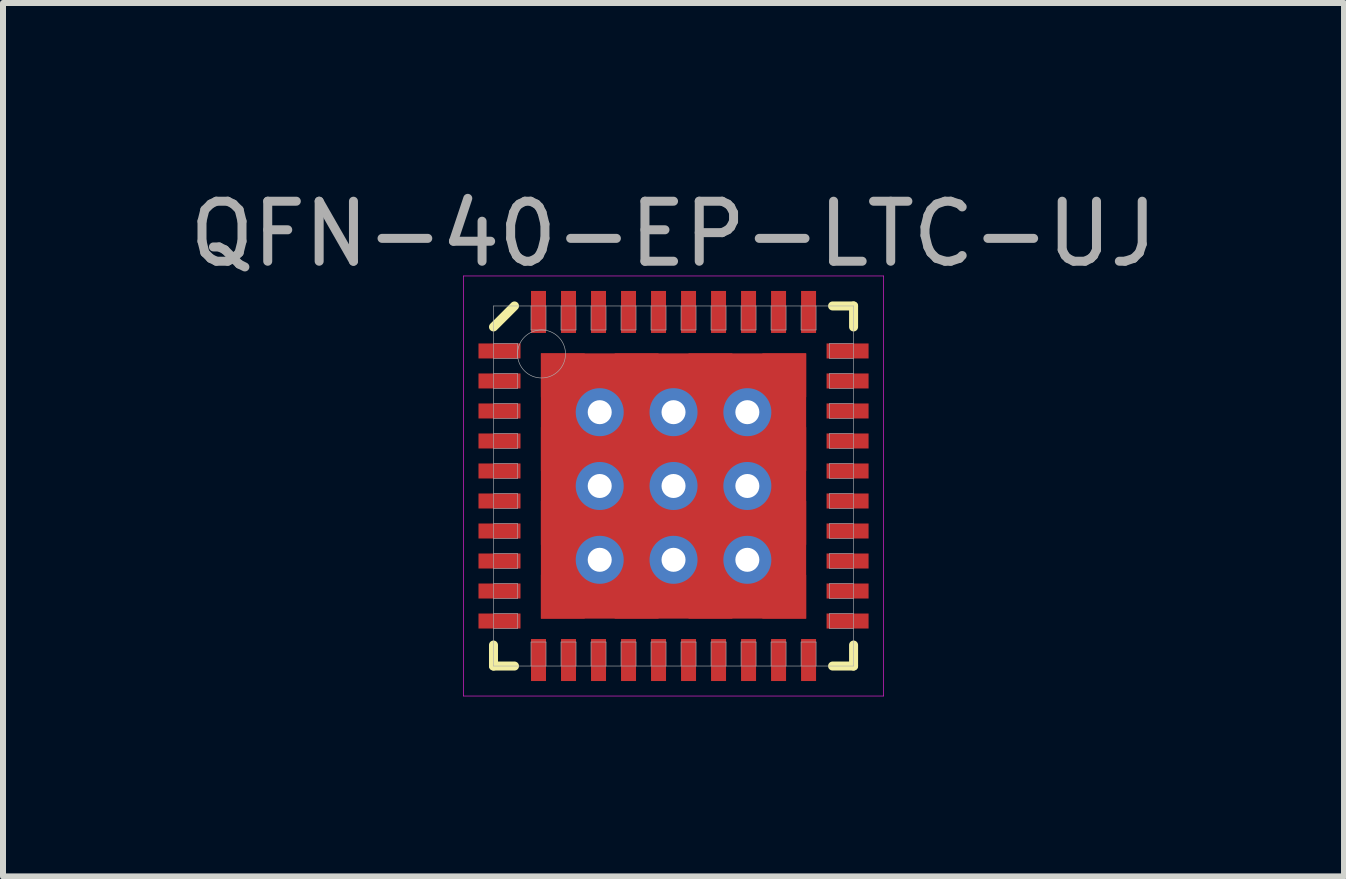
<source format=kicad_pcb>
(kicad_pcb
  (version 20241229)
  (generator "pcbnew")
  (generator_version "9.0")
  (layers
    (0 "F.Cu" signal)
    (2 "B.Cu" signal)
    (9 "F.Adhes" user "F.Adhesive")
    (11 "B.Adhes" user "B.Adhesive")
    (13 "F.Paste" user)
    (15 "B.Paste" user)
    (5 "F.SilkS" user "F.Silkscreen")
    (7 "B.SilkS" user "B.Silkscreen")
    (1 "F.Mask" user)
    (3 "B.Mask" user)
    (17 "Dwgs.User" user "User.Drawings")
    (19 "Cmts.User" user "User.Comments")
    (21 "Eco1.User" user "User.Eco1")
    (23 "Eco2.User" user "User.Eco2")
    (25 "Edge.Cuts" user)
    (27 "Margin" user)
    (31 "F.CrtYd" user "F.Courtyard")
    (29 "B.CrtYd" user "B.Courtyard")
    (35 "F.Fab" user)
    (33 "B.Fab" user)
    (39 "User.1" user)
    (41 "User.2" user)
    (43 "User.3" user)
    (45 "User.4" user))
  (footprint "QFN-40-EP-LTC-UJ"
    (layer "F.Cu")
    (at 8.173 5.048)
    (property "Reference" "QFN-40-EP-LTC-UJ" (at 0 -4.2 0) (layer "F.Fab") (effects (font (size 1 1) (thickness 0.15))))
    (attr through_hole)
    (fp_line (start -3 -2.65) (end -2.65 -3) (stroke (width 0.15) (type solid)) (layer "F.SilkS"))
    (fp_line (start -3 3) (end -3 2.65) (stroke (width 0.15) (type solid)) (layer "F.SilkS"))
    (fp_line (start -2.65 3) (end -3 3) (stroke (width 0.15) (type solid)) (layer "F.SilkS"))
    (fp_line (start 2.65 -3) (end 3 -3) (stroke (width 0.15) (type solid)) (layer "F.SilkS"))
    (fp_line (start 2.65 3) (end 3 3) (stroke (width 0.15) (type solid)) (layer "F.SilkS"))
    (fp_line (start 3 -3) (end 3 -2.65) (stroke (width 0.15) (type solid)) (layer "F.SilkS"))
    (fp_line (start 3 3) (end 3 2.65) (stroke (width 0.15) (type solid)) (layer "F.SilkS"))
    (fp_line (start -3.5 -3.5) (end 3.5 -3.5) (stroke (width 0.01) (type solid)) (layer "F.CrtYd"))
    (fp_line (start -3.5 3.5) (end -3.5 -3.5) (stroke (width 0.01) (type solid)) (layer "F.CrtYd"))
    (fp_line (start 3.5 -3.5) (end 3.5 3.5) (stroke (width 0.01) (type solid)) (layer "F.CrtYd"))
    (fp_line (start 3.5 3.5) (end -3.5 3.5) (stroke (width 0.01) (type solid)) (layer "F.CrtYd"))
    (fp_line (start -3 -3) (end 3 -3) (stroke (width 0.01) (type solid)) (layer "F.Fab"))
    (fp_line (start -3 -2.125) (end -2.6 -2.125) (stroke (width 0.01) (type solid)) (layer "F.Fab"))
    (fp_line (start -3 -1.625) (end -2.6 -1.625) (stroke (width 0.01) (type solid)) (layer "F.Fab"))
    (fp_line (start -3 -1.125) (end -2.6 -1.125) (stroke (width 0.01) (type solid)) (layer "F.Fab"))
    (fp_line (start -3 -0.625) (end -2.6 -0.625) (stroke (width 0.01) (type solid)) (layer "F.Fab"))
    (fp_line (start -3 -0.125) (end -2.6 -0.125) (stroke (width 0.01) (type solid)) (layer "F.Fab"))
    (fp_line (start -3 0.375) (end -2.6 0.375) (stroke (width 0.01) (type solid)) (layer "F.Fab"))
    (fp_line (start -3 0.875) (end -2.6 0.875) (stroke (width 0.01) (type solid)) (layer "F.Fab"))
    (fp_line (start -3 1.375) (end -2.6 1.375) (stroke (width 0.01) (type solid)) (layer "F.Fab"))
    (fp_line (start -3 1.875) (end -2.6 1.875) (stroke (width 0.01) (type solid)) (layer "F.Fab"))
    (fp_line (start -3 2.375) (end -2.6 2.375) (stroke (width 0.01) (type solid)) (layer "F.Fab"))
    (fp_line (start -3 3) (end -3 -3) (stroke (width 0.01) (type solid)) (layer "F.Fab"))
    (fp_line (start -2.6 -2.375) (end -3 -2.375) (stroke (width 0.01) (type solid)) (layer "F.Fab"))
    (fp_line (start -2.6 -2.125) (end -2.6 -2.375) (stroke (width 0.01) (type solid)) (layer "F.Fab"))
    (fp_line (start -2.6 -1.875) (end -3 -1.875) (stroke (width 0.01) (type solid)) (layer "F.Fab"))
    (fp_line (start -2.6 -1.625) (end -2.6 -1.875) (stroke (width 0.01) (type solid)) (layer "F.Fab"))
    (fp_line (start -2.6 -1.375) (end -3 -1.375) (stroke (width 0.01) (type solid)) (layer "F.Fab"))
    (fp_line (start -2.6 -1.125) (end -2.6 -1.375) (stroke (width 0.01) (type solid)) (layer "F.Fab"))
    (fp_line (start -2.6 -0.875) (end -3 -0.875) (stroke (width 0.01) (type solid)) (layer "F.Fab"))
    (fp_line (start -2.6 -0.625) (end -2.6 -0.875) (stroke (width 0.01) (type solid)) (layer "F.Fab"))
    (fp_line (start -2.6 -0.375) (end -3 -0.375) (stroke (width 0.01) (type solid)) (layer "F.Fab"))
    (fp_line (start -2.6 -0.125) (end -2.6 -0.375) (stroke (width 0.01) (type solid)) (layer "F.Fab"))
    (fp_line (start -2.6 0.125) (end -3 0.125) (stroke (width 0.01) (type solid)) (layer "F.Fab"))
    (fp_line (start -2.6 0.375) (end -2.6 0.125) (stroke (width 0.01) (type solid)) (layer "F.Fab"))
    (fp_line (start -2.6 0.625) (end -3 0.625) (stroke (width 0.01) (type solid)) (layer "F.Fab"))
    (fp_line (start -2.6 0.875) (end -2.6 0.625) (stroke (width 0.01) (type solid)) (layer "F.Fab"))
    (fp_line (start -2.6 1.125) (end -3 1.125) (stroke (width 0.01) (type solid)) (layer "F.Fab"))
    (fp_line (start -2.6 1.375) (end -2.6 1.125) (stroke (width 0.01) (type solid)) (layer "F.Fab"))
    (fp_line (start -2.6 1.625) (end -3 1.625) (stroke (width 0.01) (type solid)) (layer "F.Fab"))
    (fp_line (start -2.6 1.875) (end -2.6 1.625) (stroke (width 0.01) (type solid)) (layer "F.Fab"))
    (fp_line (start -2.6 2.125) (end -3 2.125) (stroke (width 0.01) (type solid)) (layer "F.Fab"))
    (fp_line (start -2.6 2.375) (end -2.6 2.125) (stroke (width 0.01) (type solid)) (layer "F.Fab"))
    (fp_line (start -2.375 -3) (end -2.375 -2.6) (stroke (width 0.01) (type solid)) (layer "F.Fab"))
    (fp_line (start -2.375 -2.6) (end -2.125 -2.6) (stroke (width 0.01) (type solid)) (layer "F.Fab"))
    (fp_line (start -2.375 2.6) (end -2.375 3) (stroke (width 0.01) (type solid)) (layer "F.Fab"))
    (fp_line (start -2.125 -2.6) (end -2.125 -3) (stroke (width 0.01) (type solid)) (layer "F.Fab"))
    (fp_line (start -2.125 2.6) (end -2.375 2.6) (stroke (width 0.01) (type solid)) (layer "F.Fab"))
    (fp_line (start -2.125 3) (end -2.125 2.6) (stroke (width 0.01) (type solid)) (layer "F.Fab"))
    (fp_line (start -1.875 -3) (end -1.875 -2.6) (stroke (width 0.01) (type solid)) (layer "F.Fab"))
    (fp_line (start -1.875 -2.6) (end -1.625 -2.6) (stroke (width 0.01) (type solid)) (layer "F.Fab"))
    (fp_line (start -1.875 2.6) (end -1.875 3) (stroke (width 0.01) (type solid)) (layer "F.Fab"))
    (fp_line (start -1.625 -2.6) (end -1.625 -3) (stroke (width 0.01) (type solid)) (layer "F.Fab"))
    (fp_line (start -1.625 2.6) (end -1.875 2.6) (stroke (width 0.01) (type solid)) (layer "F.Fab"))
    (fp_line (start -1.625 3) (end -1.625 2.6) (stroke (width 0.01) (type solid)) (layer "F.Fab"))
    (fp_line (start -1.375 -3) (end -1.375 -2.6) (stroke (width 0.01) (type solid)) (layer "F.Fab"))
    (fp_line (start -1.375 -2.6) (end -1.125 -2.6) (stroke (width 0.01) (type solid)) (layer "F.Fab"))
    (fp_line (start -1.375 2.6) (end -1.375 3) (stroke (width 0.01) (type solid)) (layer "F.Fab"))
    (fp_line (start -1.125 -2.6) (end -1.125 -3) (stroke (width 0.01) (type solid)) (layer "F.Fab"))
    (fp_line (start -1.125 2.6) (end -1.375 2.6) (stroke (width 0.01) (type solid)) (layer "F.Fab"))
    (fp_line (start -1.125 3) (end -1.125 2.6) (stroke (width 0.01) (type solid)) (layer "F.Fab"))
    (fp_line (start -0.875 -3) (end -0.875 -2.6) (stroke (width 0.01) (type solid)) (layer "F.Fab"))
    (fp_line (start -0.875 -2.6) (end -0.625 -2.6) (stroke (width 0.01) (type solid)) (layer "F.Fab"))
    (fp_line (start -0.875 2.6) (end -0.875 3) (stroke (width 0.01) (type solid)) (layer "F.Fab"))
    (fp_line (start -0.625 -2.6) (end -0.625 -3) (stroke (width 0.01) (type solid)) (layer "F.Fab"))
    (fp_line (start -0.625 2.6) (end -0.875 2.6) (stroke (width 0.01) (type solid)) (layer "F.Fab"))
    (fp_line (start -0.625 3) (end -0.625 2.6) (stroke (width 0.01) (type solid)) (layer "F.Fab"))
    (fp_line (start -0.375 -3) (end -0.375 -2.6) (stroke (width 0.01) (type solid)) (layer "F.Fab"))
    (fp_line (start -0.375 -2.6) (end -0.125 -2.6) (stroke (width 0.01) (type solid)) (layer "F.Fab"))
    (fp_line (start -0.375 2.6) (end -0.375 3) (stroke (width 0.01) (type solid)) (layer "F.Fab"))
    (fp_line (start -0.125 -2.6) (end -0.125 -3) (stroke (width 0.01) (type solid)) (layer "F.Fab"))
    (fp_line (start -0.125 2.6) (end -0.375 2.6) (stroke (width 0.01) (type solid)) (layer "F.Fab"))
    (fp_line (start -0.125 3) (end -0.125 2.6) (stroke (width 0.01) (type solid)) (layer "F.Fab"))
    (fp_line (start 0.125 -3) (end 0.125 -2.6) (stroke (width 0.01) (type solid)) (layer "F.Fab"))
    (fp_line (start 0.125 -2.6) (end 0.375 -2.6) (stroke (width 0.01) (type solid)) (layer "F.Fab"))
    (fp_line (start 0.125 2.6) (end 0.125 3) (stroke (width 0.01) (type solid)) (layer "F.Fab"))
    (fp_line (start 0.375 -2.6) (end 0.375 -3) (stroke (width 0.01) (type solid)) (layer "F.Fab"))
    (fp_line (start 0.375 2.6) (end 0.125 2.6) (stroke (width 0.01) (type solid)) (layer "F.Fab"))
    (fp_line (start 0.375 3) (end 0.375 2.6) (stroke (width 0.01) (type solid)) (layer "F.Fab"))
    (fp_line (start 0.625 -3) (end 0.625 -2.6) (stroke (width 0.01) (type solid)) (layer "F.Fab"))
    (fp_line (start 0.625 -2.6) (end 0.875 -2.6) (stroke (width 0.01) (type solid)) (layer "F.Fab"))
    (fp_line (start 0.625 2.6) (end 0.625 3) (stroke (width 0.01) (type solid)) (layer "F.Fab"))
    (fp_line (start 0.875 -2.6) (end 0.875 -3) (stroke (width 0.01) (type solid)) (layer "F.Fab"))
    (fp_line (start 0.875 2.6) (end 0.625 2.6) (stroke (width 0.01) (type solid)) (layer "F.Fab"))
    (fp_line (start 0.875 3) (end 0.875 2.6) (stroke (width 0.01) (type solid)) (layer "F.Fab"))
    (fp_line (start 1.125 -3) (end 1.125 -2.6) (stroke (width 0.01) (type solid)) (layer "F.Fab"))
    (fp_line (start 1.125 -2.6) (end 1.375 -2.6) (stroke (width 0.01) (type solid)) (layer "F.Fab"))
    (fp_line (start 1.125 2.6) (end 1.125 3) (stroke (width 0.01) (type solid)) (layer "F.Fab"))
    (fp_line (start 1.375 -2.6) (end 1.375 -3) (stroke (width 0.01) (type solid)) (layer "F.Fab"))
    (fp_line (start 1.375 2.6) (end 1.125 2.6) (stroke (width 0.01) (type solid)) (layer "F.Fab"))
    (fp_line (start 1.375 3) (end 1.375 2.6) (stroke (width 0.01) (type solid)) (layer "F.Fab"))
    (fp_line (start 1.625 -3) (end 1.625 -2.6) (stroke (width 0.01) (type solid)) (layer "F.Fab"))
    (fp_line (start 1.625 -2.6) (end 1.875 -2.6) (stroke (width 0.01) (type solid)) (layer "F.Fab"))
    (fp_line (start 1.625 2.6) (end 1.625 3) (stroke (width 0.01) (type solid)) (layer "F.Fab"))
    (fp_line (start 1.875 -2.6) (end 1.875 -3) (stroke (width 0.01) (type solid)) (layer "F.Fab"))
    (fp_line (start 1.875 2.6) (end 1.625 2.6) (stroke (width 0.01) (type solid)) (layer "F.Fab"))
    (fp_line (start 1.875 3) (end 1.875 2.6) (stroke (width 0.01) (type solid)) (layer "F.Fab"))
    (fp_line (start 2.125 -3) (end 2.125 -2.6) (stroke (width 0.01) (type solid)) (layer "F.Fab"))
    (fp_line (start 2.125 -2.6) (end 2.375 -2.6) (stroke (width 0.01) (type solid)) (layer "F.Fab"))
    (fp_line (start 2.125 2.6) (end 2.125 3) (stroke (width 0.01) (type solid)) (layer "F.Fab"))
    (fp_line (start 2.375 -2.6) (end 2.375 -3) (stroke (width 0.01) (type solid)) (layer "F.Fab"))
    (fp_line (start 2.375 2.6) (end 2.125 2.6) (stroke (width 0.01) (type solid)) (layer "F.Fab"))
    (fp_line (start 2.375 3) (end 2.375 2.6) (stroke (width 0.01) (type solid)) (layer "F.Fab"))
    (fp_line (start 2.6 -2.375) (end 2.6 -2.125) (stroke (width 0.01) (type solid)) (layer "F.Fab"))
    (fp_line (start 2.6 -2.125) (end 3 -2.125) (stroke (width 0.01) (type solid)) (layer "F.Fab"))
    (fp_line (start 2.6 -1.875) (end 2.6 -1.625) (stroke (width 0.01) (type solid)) (layer "F.Fab"))
    (fp_line (start 2.6 -1.625) (end 3 -1.625) (stroke (width 0.01) (type solid)) (layer "F.Fab"))
    (fp_line (start 2.6 -1.375) (end 2.6 -1.125) (stroke (width 0.01) (type solid)) (layer "F.Fab"))
    (fp_line (start 2.6 -1.125) (end 3 -1.125) (stroke (width 0.01) (type solid)) (layer "F.Fab"))
    (fp_line (start 2.6 -0.875) (end 2.6 -0.625) (stroke (width 0.01) (type solid)) (layer "F.Fab"))
    (fp_line (start 2.6 -0.625) (end 3 -0.625) (stroke (width 0.01) (type solid)) (layer "F.Fab"))
    (fp_line (start 2.6 -0.375) (end 2.6 -0.125) (stroke (width 0.01) (type solid)) (layer "F.Fab"))
    (fp_line (start 2.6 -0.125) (end 3 -0.125) (stroke (width 0.01) (type solid)) (layer "F.Fab"))
    (fp_line (start 2.6 0.125) (end 2.6 0.375) (stroke (width 0.01) (type solid)) (layer "F.Fab"))
    (fp_line (start 2.6 0.375) (end 3 0.375) (stroke (width 0.01) (type solid)) (layer "F.Fab"))
    (fp_line (start 2.6 0.625) (end 2.6 0.875) (stroke (width 0.01) (type solid)) (layer "F.Fab"))
    (fp_line (start 2.6 0.875) (end 3 0.875) (stroke (width 0.01) (type solid)) (layer "F.Fab"))
    (fp_line (start 2.6 1.125) (end 2.6 1.375) (stroke (width 0.01) (type solid)) (layer "F.Fab"))
    (fp_line (start 2.6 1.375) (end 3 1.375) (stroke (width 0.01) (type solid)) (layer "F.Fab"))
    (fp_line (start 2.6 1.625) (end 2.6 1.875) (stroke (width 0.01) (type solid)) (layer "F.Fab"))
    (fp_line (start 2.6 1.875) (end 3 1.875) (stroke (width 0.01) (type solid)) (layer "F.Fab"))
    (fp_line (start 2.6 2.125) (end 2.6 2.375) (stroke (width 0.01) (type solid)) (layer "F.Fab"))
    (fp_line (start 2.6 2.375) (end 3 2.375) (stroke (width 0.01) (type solid)) (layer "F.Fab"))
    (fp_line (start 3 -3) (end 3 3) (stroke (width 0.01) (type solid)) (layer "F.Fab"))
    (fp_line (start 3 -2.375) (end 2.6 -2.375) (stroke (width 0.01) (type solid)) (layer "F.Fab"))
    (fp_line (start 3 -1.875) (end 2.6 -1.875) (stroke (width 0.01) (type solid)) (layer "F.Fab"))
    (fp_line (start 3 -1.375) (end 2.6 -1.375) (stroke (width 0.01) (type solid)) (layer "F.Fab"))
    (fp_line (start 3 -0.875) (end 2.6 -0.875) (stroke (width 0.01) (type solid)) (layer "F.Fab"))
    (fp_line (start 3 -0.375) (end 2.6 -0.375) (stroke (width 0.01) (type solid)) (layer "F.Fab"))
    (fp_line (start 3 0.125) (end 2.6 0.125) (stroke (width 0.01) (type solid)) (layer "F.Fab"))
    (fp_line (start 3 0.625) (end 2.6 0.625) (stroke (width 0.01) (type solid)) (layer "F.Fab"))
    (fp_line (start 3 1.125) (end 2.6 1.125) (stroke (width 0.01) (type solid)) (layer "F.Fab"))
    (fp_line (start 3 1.625) (end 2.6 1.625) (stroke (width 0.01) (type solid)) (layer "F.Fab"))
    (fp_line (start 3 2.125) (end 2.6 2.125) (stroke (width 0.01) (type solid)) (layer "F.Fab"))
    (fp_line (start 3 3) (end -3 3) (stroke (width 0.01) (type solid)) (layer "F.Fab"))
    (fp_circle (center -2.2 -2.2) (end -2.2 -1.8) (stroke (width 0.01) (type solid)) (fill no) (layer "F.Fab"))
    (pad "" smd rect (at -1.845 -1.845) (size 0.73 0.73) (layers "F.Paste"))
    (pad "" smd rect (at -1.845 -0.615) (size 0.73 0.73) (layers "F.Paste"))
    (pad "" smd rect (at -1.845 0.615) (size 0.73 0.73) (layers "F.Paste"))
    (pad "" smd rect (at -1.845 1.845) (size 0.73 0.73) (layers "F.Paste"))
    (pad "" smd rect (at -0.615 -1.845) (size 0.73 0.73) (layers "F.Paste"))
    (pad "" smd rect (at -0.615 -0.615) (size 0.73 0.73) (layers "F.Paste"))
    (pad "" smd rect (at -0.615 0.615) (size 0.73 0.73) (layers "F.Paste"))
    (pad "" smd rect (at -0.615 1.845) (size 0.73 0.73) (layers "F.Paste"))
    (pad "" smd rect (at 0.615 -1.845) (size 0.73 0.73) (layers "F.Paste"))
    (pad "" smd rect (at 0.615 -0.615) (size 0.73 0.73) (layers "F.Paste"))
    (pad "" smd rect (at 0.615 0.615) (size 0.73 0.73) (layers "F.Paste"))
    (pad "" smd rect (at 0.615 1.845) (size 0.73 0.73) (layers "F.Paste"))
    (pad "" smd rect (at 1.845 -1.845) (size 0.73 0.73) (layers "F.Paste"))
    (pad "" smd rect (at 1.845 -0.615) (size 0.73 0.73) (layers "F.Paste"))
    (pad "" smd rect (at 1.845 0.615) (size 0.73 0.73) (layers "F.Paste"))
    (pad "" smd rect (at 1.845 1.845) (size 0.73 0.73) (layers "F.Paste"))
    (pad "1" smd rect (at -2.9 -2.25) (size 0.7 0.25) (layers "F.Cu" "F.Mask" "F.Paste"))
    (pad "2" smd rect (at -2.9 -1.75) (size 0.7 0.25) (layers "F.Cu" "F.Mask" "F.Paste"))
    (pad "3" smd rect (at -2.9 -1.25) (size 0.7 0.25) (layers "F.Cu" "F.Mask" "F.Paste"))
    (pad "4" smd rect (at -2.9 -0.75) (size 0.7 0.25) (layers "F.Cu" "F.Mask" "F.Paste"))
    (pad "5" smd rect (at -2.9 -0.25) (size 0.7 0.25) (layers "F.Cu" "F.Mask" "F.Paste"))
    (pad "6" smd rect (at -2.9 0.25) (size 0.7 0.25) (layers "F.Cu" "F.Mask" "F.Paste"))
    (pad "7" smd rect (at -2.9 0.75) (size 0.7 0.25) (layers "F.Cu" "F.Mask" "F.Paste"))
    (pad "8" smd rect (at -2.9 1.25) (size 0.7 0.25) (layers "F.Cu" "F.Mask" "F.Paste"))
    (pad "9" smd rect (at -2.9 1.75) (size 0.7 0.25) (layers "F.Cu" "F.Mask" "F.Paste"))
    (pad "10" smd rect (at -2.9 2.25) (size 0.7 0.25) (layers "F.Cu" "F.Mask" "F.Paste"))
    (pad "11" smd rect (at -2.25 2.9) (size 0.25 0.7) (layers "F.Cu" "F.Mask" "F.Paste"))
    (pad "12" smd rect (at -1.75 2.9) (size 0.25 0.7) (layers "F.Cu" "F.Mask" "F.Paste"))
    (pad "13" smd rect (at -1.25 2.9) (size 0.25 0.7) (layers "F.Cu" "F.Mask" "F.Paste"))
    (pad "14" smd rect (at -0.75 2.9) (size 0.25 0.7) (layers "F.Cu" "F.Mask" "F.Paste"))
    (pad "15" smd rect (at -0.25 2.9) (size 0.25 0.7) (layers "F.Cu" "F.Mask" "F.Paste"))
    (pad "16" smd rect (at 0.25 2.9) (size 0.25 0.7) (layers "F.Cu" "F.Mask" "F.Paste"))
    (pad "17" smd rect (at 0.75 2.9) (size 0.25 0.7) (layers "F.Cu" "F.Mask" "F.Paste"))
    (pad "18" smd rect (at 1.25 2.9) (size 0.25 0.7) (layers "F.Cu" "F.Mask" "F.Paste"))
    (pad "19" smd rect (at 1.75 2.9) (size 0.25 0.7) (layers "F.Cu" "F.Mask" "F.Paste"))
    (pad "20" smd rect (at 2.25 2.9) (size 0.25 0.7) (layers "F.Cu" "F.Mask" "F.Paste"))
    (pad "21" smd rect (at 2.9 2.25) (size 0.7 0.25) (layers "F.Cu" "F.Mask" "F.Paste"))
    (pad "22" smd rect (at 2.9 1.75) (size 0.7 0.25) (layers "F.Cu" "F.Mask" "F.Paste"))
    (pad "23" smd rect (at 2.9 1.25) (size 0.7 0.25) (layers "F.Cu" "F.Mask" "F.Paste"))
    (pad "24" smd rect (at 2.9 0.75) (size 0.7 0.25) (layers "F.Cu" "F.Mask" "F.Paste"))
    (pad "25" smd rect (at 2.9 0.25) (size 0.7 0.25) (layers "F.Cu" "F.Mask" "F.Paste"))
    (pad "26" smd rect (at 2.9 -0.25) (size 0.7 0.25) (layers "F.Cu" "F.Mask" "F.Paste"))
    (pad "27" smd rect (at 2.9 -0.75) (size 0.7 0.25) (layers "F.Cu" "F.Mask" "F.Paste"))
    (pad "28" smd rect (at 2.9 -1.25) (size 0.7 0.25) (layers "F.Cu" "F.Mask" "F.Paste"))
    (pad "29" smd rect (at 2.9 -1.75) (size 0.7 0.25) (layers "F.Cu" "F.Mask" "F.Paste"))
    (pad "30" smd rect (at 2.9 -2.25) (size 0.7 0.25) (layers "F.Cu" "F.Mask" "F.Paste"))
    (pad "31" smd rect (at 2.25 -2.9) (size 0.25 0.7) (layers "F.Cu" "F.Mask" "F.Paste"))
    (pad "32" smd rect (at 1.75 -2.9) (size 0.25 0.7) (layers "F.Cu" "F.Mask" "F.Paste"))
    (pad "33" smd rect (at 1.25 -2.9) (size 0.25 0.7) (layers "F.Cu" "F.Mask" "F.Paste"))
    (pad "34" smd rect (at 0.75 -2.9) (size 0.25 0.7) (layers "F.Cu" "F.Mask" "F.Paste"))
    (pad "35" smd rect (at 0.25 -2.9) (size 0.25 0.7) (layers "F.Cu" "F.Mask" "F.Paste"))
    (pad "36" smd rect (at -0.25 -2.9) (size 0.25 0.7) (layers "F.Cu" "F.Mask" "F.Paste"))
    (pad "37" smd rect (at -0.75 -2.9) (size 0.25 0.7) (layers "F.Cu" "F.Mask" "F.Paste"))
    (pad "38" smd rect (at -1.25 -2.9) (size 0.25 0.7) (layers "F.Cu" "F.Mask" "F.Paste"))
    (pad "39" smd rect (at -1.75 -2.9) (size 0.25 0.7) (layers "F.Cu" "F.Mask" "F.Paste"))
    (pad "40" smd rect (at -2.25 -2.9) (size 0.25 0.7) (layers "F.Cu" "F.Mask" "F.Paste"))
    (pad "EP" smd rect (at -1.845 -1.845) (size 0.73 0.73) (layers "F.Cu" "F.Mask"))
    (pad "EP" smd rect (at -1.845 -0.615) (size 0.73 0.73) (layers "F.Cu" "F.Mask"))
    (pad "EP" smd rect (at -1.845 0.615) (size 0.73 0.73) (layers "F.Cu" "F.Mask"))
    (pad "EP" smd rect (at -1.845 1.845) (size 0.73 0.73) (layers "F.Cu" "F.Mask"))
    (pad "EP" thru_hole circle (at -1.23 -1.23) (size 0.8 0.8) (drill 0.4) (layers "*.Cu"))
    (pad "EP" thru_hole circle (at -1.23 0) (size 0.8 0.8) (drill 0.4) (layers "*.Cu"))
    (pad "EP" thru_hole circle (at -1.23 1.23) (size 0.8 0.8) (drill 0.4) (layers "*.Cu"))
    (pad "EP" smd rect (at -0.615 -1.845) (size 0.73 0.73) (layers "F.Cu" "F.Mask"))
    (pad "EP" smd rect (at -0.615 -0.615) (size 0.73 0.73) (layers "F.Cu" "F.Mask"))
    (pad "EP" smd rect (at -0.615 0.615) (size 0.73 0.73) (layers "F.Cu" "F.Mask"))
    (pad "EP" smd rect (at -0.615 1.845) (size 0.73 0.73) (layers "F.Cu" "F.Mask"))
    (pad "EP" thru_hole circle (at 0 -1.23) (size 0.8 0.8) (drill 0.4) (layers "*.Cu"))
    (pad "EP" thru_hole circle (at 0 0) (size 0.8 0.8) (drill 0.4) (layers "*.Cu"))
    (pad "EP" smd rect (at 0 0) (size 4.42 4.42) (layers "F.Cu"))
    (pad "EP" thru_hole circle (at 0 1.23) (size 0.8 0.8) (drill 0.4) (layers "*.Cu"))
    (pad "EP" smd rect (at 0.615 -1.845) (size 0.73 0.73) (layers "F.Cu" "F.Mask"))
    (pad "EP" smd rect (at 0.615 -0.615) (size 0.73 0.73) (layers "F.Cu" "F.Mask"))
    (pad "EP" smd rect (at 0.615 0.615) (size 0.73 0.73) (layers "F.Cu" "F.Mask"))
    (pad "EP" smd rect (at 0.615 1.845) (size 0.73 0.73) (layers "F.Cu" "F.Mask"))
    (pad "EP" thru_hole circle (at 1.23 -1.23) (size 0.8 0.8) (drill 0.4) (layers "*.Cu"))
    (pad "EP" thru_hole circle (at 1.23 0) (size 0.8 0.8) (drill 0.4) (layers "*.Cu"))
    (pad "EP" thru_hole circle (at 1.23 1.23) (size 0.8 0.8) (drill 0.4) (layers "*.Cu"))
    (pad "EP" smd rect (at 1.845 -1.845) (size 0.73 0.73) (layers "F.Cu" "F.Mask"))
    (pad "EP" smd rect (at 1.845 -0.615) (size 0.73 0.73) (layers "F.Cu" "F.Mask"))
    (pad "EP" smd rect (at 1.845 0.615) (size 0.73 0.73) (layers "F.Cu" "F.Mask"))
    (pad "EP" smd rect (at 1.845 1.845) (size 0.73 0.73) (layers "F.Cu" "F.Mask")))
  (gr_rect
    (start -3 -3)
    (end 19.345 11.553)
    (stroke (width 0.1) (type default))
    (fill no)
    (layer "Edge.Cuts")))
</source>
